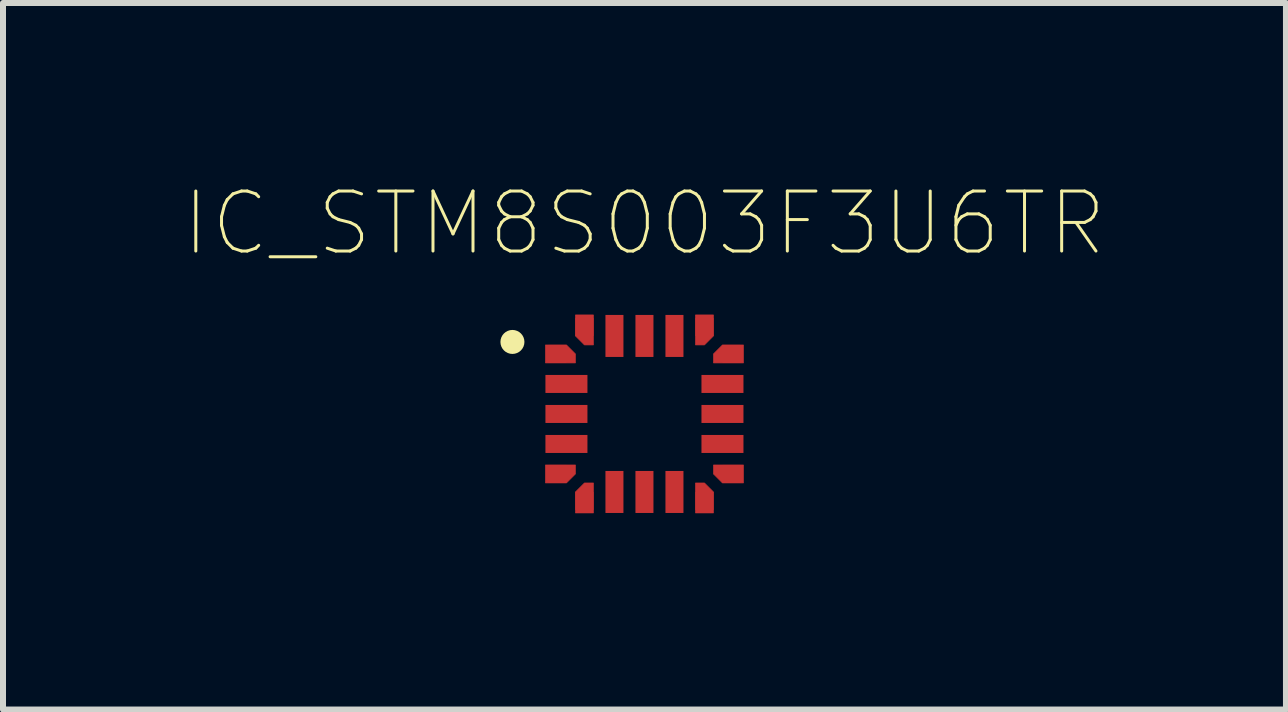
<source format=kicad_pcb>
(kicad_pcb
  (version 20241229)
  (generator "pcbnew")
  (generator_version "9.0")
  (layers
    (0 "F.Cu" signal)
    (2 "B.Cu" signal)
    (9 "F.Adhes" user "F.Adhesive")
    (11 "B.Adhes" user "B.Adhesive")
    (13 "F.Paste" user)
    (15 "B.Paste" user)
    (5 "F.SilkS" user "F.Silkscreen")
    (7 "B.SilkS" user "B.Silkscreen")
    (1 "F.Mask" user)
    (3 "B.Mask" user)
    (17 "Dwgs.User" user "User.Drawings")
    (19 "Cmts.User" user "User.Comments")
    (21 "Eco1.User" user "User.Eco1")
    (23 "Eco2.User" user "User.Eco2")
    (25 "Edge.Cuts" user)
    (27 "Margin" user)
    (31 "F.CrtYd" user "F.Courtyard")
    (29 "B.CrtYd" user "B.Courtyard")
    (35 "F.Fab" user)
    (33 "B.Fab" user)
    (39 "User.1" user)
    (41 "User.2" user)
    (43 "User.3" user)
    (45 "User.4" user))
  (footprint "IC_STM8S003F3U6TR"
    (layer "F.Cu")
    (at 7.689 3.848)
    (property "Reference" "IC_STM8S003F3U6TR" (at 0 -3.175 0) (layer "F.SilkS") (effects (font (size 1 1) (thickness 0.05))))
    (attr smd)
    (fp_poly (pts (xy -1.65 -1.15) (xy -1.65 -0.85) (xy -1.15 -0.85) (xy -1.15 -1) (xy -1.3 -1.15)) (stroke (width 0.01) (type solid)) (fill yes) (layer "F.Cu"))
    (fp_poly (pts (xy -1.65 1.15) (xy -1.65 0.85) (xy -1.15 0.85) (xy -1.15 1) (xy -1.3 1.15)) (stroke (width 0.01) (type solid)) (fill yes) (layer "F.Cu"))
    (fp_poly (pts (xy -1.15 -1.65) (xy -0.85 -1.65) (xy -0.85 -1.15) (xy -1 -1.15) (xy -1.15 -1.3)) (stroke (width 0.01) (type solid)) (fill yes) (layer "F.Cu"))
    (fp_poly (pts (xy -1.15 1.65) (xy -0.85 1.65) (xy -0.85 1.15) (xy -1 1.15) (xy -1.15 1.3)) (stroke (width 0.01) (type solid)) (fill yes) (layer "F.Cu"))
    (fp_poly (pts (xy 1.15 -1.65) (xy 0.85 -1.65) (xy 0.85 -1.15) (xy 1 -1.15) (xy 1.15 -1.3)) (stroke (width 0.01) (type solid)) (fill yes) (layer "F.Cu"))
    (fp_poly (pts (xy 1.15 1.65) (xy 0.85 1.65) (xy 0.85 1.15) (xy 1 1.15) (xy 1.15 1.3)) (stroke (width 0.01) (type solid)) (fill yes) (layer "F.Cu"))
    (fp_poly (pts (xy 1.65 -1.15) (xy 1.65 -0.85) (xy 1.15 -0.85) (xy 1.15 -1) (xy 1.3 -1.15)) (stroke (width 0.01) (type solid)) (fill yes) (layer "F.Cu"))
    (fp_poly (pts (xy 1.65 1.15) (xy 1.65 0.85) (xy 1.15 0.85) (xy 1.15 1) (xy 1.3 1.15)) (stroke (width 0.01) (type solid)) (fill yes) (layer "F.Cu"))
    (fp_poly (pts (xy -1.75 -0.75) (xy -1.75 0.75) (xy -0.85 0.75) (xy -0.85 -0.75)) (stroke (width 0.01) (type solid)) (fill yes) (layer "F.Mask"))
    (fp_poly (pts (xy -0.75 1.75) (xy 0.75 1.75) (xy 0.75 0.85) (xy -0.75 0.85)) (stroke (width 0.01) (type solid)) (fill yes) (layer "F.Mask"))
    (fp_poly (pts (xy 0.75 -1.75) (xy -0.75 -1.75) (xy -0.75 -0.85) (xy 0.75 -0.85)) (stroke (width 0.01) (type solid)) (fill yes) (layer "F.Mask"))
    (fp_poly (pts (xy 1.75 0.75) (xy 1.75 -0.75) (xy 0.85 -0.75) (xy 0.85 0.75)) (stroke (width 0.01) (type solid)) (fill yes) (layer "F.Mask"))
    (fp_poly (pts (xy -1.05 -0.75) (xy -1.05 -1.05) (xy -1.25 -1.25) (xy -1.75 -1.25) (xy -1.75 -0.75)) (stroke (width 0.01) (type solid)) (fill yes) (layer "F.Mask"))
    (fp_poly (pts (xy -1.05 0.75) (xy -1.05 1.05) (xy -1.25 1.25) (xy -1.75 1.25) (xy -1.75 0.75)) (stroke (width 0.01) (type solid)) (fill yes) (layer "F.Mask"))
    (fp_poly (pts (xy -0.75 -1.05) (xy -1.05 -1.05) (xy -1.25 -1.25) (xy -1.25 -1.75) (xy -0.75 -1.75)) (stroke (width 0.01) (type solid)) (fill yes) (layer "F.Mask"))
    (fp_poly (pts (xy -0.75 1.05) (xy -1.05 1.05) (xy -1.25 1.25) (xy -1.25 1.75) (xy -0.75 1.75)) (stroke (width 0.01) (type solid)) (fill yes) (layer "F.Mask"))
    (fp_poly (pts (xy 0.75 -1.05) (xy 1.05 -1.05) (xy 1.25 -1.25) (xy 1.25 -1.75) (xy 0.75 -1.75)) (stroke (width 0.01) (type solid)) (fill yes) (layer "F.Mask"))
    (fp_poly (pts (xy 0.75 1.05) (xy 1.05 1.05) (xy 1.25 1.25) (xy 1.25 1.75) (xy 0.75 1.75)) (stroke (width 0.01) (type solid)) (fill yes) (layer "F.Mask"))
    (fp_poly (pts (xy 1.05 -0.75) (xy 1.05 -1.05) (xy 1.25 -1.25) (xy 1.75 -1.25) (xy 1.75 -0.75)) (stroke (width 0.01) (type solid)) (fill yes) (layer "F.Mask"))
    (fp_poly (pts (xy 1.05 0.75) (xy 1.05 1.05) (xy 1.25 1.25) (xy 1.75 1.25) (xy 1.75 0.75)) (stroke (width 0.01) (type solid)) (fill yes) (layer "F.Mask"))
    (fp_circle (center -2.2 -1.2) (end -2.1 -1.2) (stroke (width 0.2) (type solid)) (fill no) (layer "F.SilkS"))
    (fp_poly (pts (xy -1.65 -1.15) (xy -1.65 -0.85) (xy -1.15 -0.85) (xy -1.15 -1) (xy -1.3 -1.15)) (stroke (width 0.01) (type solid)) (fill yes) (layer "F.Paste"))
    (fp_poly (pts (xy -1.65 1.15) (xy -1.65 0.85) (xy -1.15 0.85) (xy -1.15 1) (xy -1.3 1.15)) (stroke (width 0.01) (type solid)) (fill yes) (layer "F.Paste"))
    (fp_poly (pts (xy -1.15 -1.65) (xy -0.85 -1.65) (xy -0.85 -1.15) (xy -1 -1.15) (xy -1.15 -1.3)) (stroke (width 0.01) (type solid)) (fill yes) (layer "F.Paste"))
    (fp_poly (pts (xy -1.15 1.65) (xy -0.85 1.65) (xy -0.85 1.15) (xy -1 1.15) (xy -1.15 1.3)) (stroke (width 0.01) (type solid)) (fill yes) (layer "F.Paste"))
    (fp_poly (pts (xy 1.15 -1.65) (xy 0.85 -1.65) (xy 0.85 -1.15) (xy 1 -1.15) (xy 1.15 -1.3)) (stroke (width 0.01) (type solid)) (fill yes) (layer "F.Paste"))
    (fp_poly (pts (xy 1.15 1.65) (xy 0.85 1.65) (xy 0.85 1.15) (xy 1 1.15) (xy 1.15 1.3)) (stroke (width 0.01) (type solid)) (fill yes) (layer "F.Paste"))
    (fp_poly (pts (xy 1.65 -1.15) (xy 1.65 -0.85) (xy 1.15 -0.85) (xy 1.15 -1) (xy 1.3 -1.15)) (stroke (width 0.01) (type solid)) (fill yes) (layer "F.Paste"))
    (fp_poly (pts (xy 1.65 1.15) (xy 1.65 0.85) (xy 1.15 0.85) (xy 1.15 1) (xy 1.3 1.15)) (stroke (width 0.01) (type solid)) (fill yes) (layer "F.Paste"))
    (fp_line (start -1.9 -1.9) (end 1.9 -1.9) (stroke (width 0.05) (type solid)) (layer "Eco1.User"))
    (fp_line (start -1.9 1.9) (end -1.9 -1.9) (stroke (width 0.05) (type solid)) (layer "Eco1.User"))
    (fp_line (start 1.9 -1.9) (end 1.9 1.9) (stroke (width 0.05) (type solid)) (layer "Eco1.User"))
    (fp_line (start 1.9 1.9) (end -1.9 1.9) (stroke (width 0.05) (type solid)) (layer "Eco1.User"))
    (fp_line (start -1.5 -1.5) (end 1.5 -1.5) (stroke (width 0.127) (type solid)) (layer "Eco2.User"))
    (fp_line (start -1.5 1.5) (end -1.5 -1.5) (stroke (width 0.127) (type solid)) (layer "Eco2.User"))
    (fp_line (start 1.5 -1.5) (end 1.5 1.5) (stroke (width 0.127) (type solid)) (layer "Eco2.User"))
    (fp_line (start 1.5 1.5) (end -1.5 1.5) (stroke (width 0.127) (type solid)) (layer "Eco2.User"))
    (fp_circle (center -2.2 -1.2) (end -2.1 -1.2) (stroke (width 0.2) (type solid)) (fill no) (layer "Eco2.User"))
    (pad "1" smd rect (at -1.45 -1) (size 0.3 0.3) (layers "F.Cu"))
    (pad "2" smd rect (at -1.3 -0.5) (size 0.7 0.3) (layers "F.Cu" "F.Paste"))
    (pad "3" smd rect (at -1.3 0) (size 0.7 0.3) (layers "F.Cu" "F.Paste"))
    (pad "4" smd rect (at -1.3 0.5) (size 0.7 0.3) (layers "F.Cu" "F.Paste"))
    (pad "5" smd rect (at -1.45 1) (size 0.3 0.3) (layers "F.Cu"))
    (pad "6" smd rect (at -1 1.45) (size 0.3 0.3) (layers "F.Cu"))
    (pad "7" smd rect (at -0.5 1.3 90) (size 0.7 0.3) (layers "F.Cu" "F.Paste"))
    (pad "8" smd rect (at 0 1.3 90) (size 0.7 0.3) (layers "F.Cu" "F.Paste"))
    (pad "9" smd rect (at 0.5 1.3 90) (size 0.7 0.3) (layers "F.Cu" "F.Paste"))
    (pad "10" smd rect (at 1 1.45) (size 0.3 0.3) (layers "F.Cu"))
    (pad "11" smd rect (at 1.45 1) (size 0.3 0.3) (layers "F.Cu"))
    (pad "12" smd rect (at 1.3 0.5) (size 0.7 0.3) (layers "F.Cu" "F.Paste"))
    (pad "13" smd rect (at 1.3 0) (size 0.7 0.3) (layers "F.Cu" "F.Paste"))
    (pad "14" smd rect (at 1.3 -0.5) (size 0.7 0.3) (layers "F.Cu" "F.Paste"))
    (pad "15" smd rect (at 1.45 -1) (size 0.3 0.3) (layers "F.Cu"))
    (pad "16" smd rect (at 1 -1.45) (size 0.3 0.3) (layers "F.Cu"))
    (pad "17" smd rect (at 0.5 -1.3 90) (size 0.7 0.3) (layers "F.Cu" "F.Paste"))
    (pad "18" smd rect (at 0 -1.3 90) (size 0.7 0.3) (layers "F.Cu" "F.Paste"))
    (pad "19" smd rect (at -0.5 -1.3 90) (size 0.7 0.3) (layers "F.Cu" "F.Paste"))
    (pad "20" smd rect (at -1 -1.45) (size 0.3 0.3) (layers "F.Cu")))
  (gr_rect
    (start -3 -3)
    (end 18.379 8.773)
    (stroke (width 0.1) (type default))
    (fill no)
    (layer "Edge.Cuts")))
</source>
